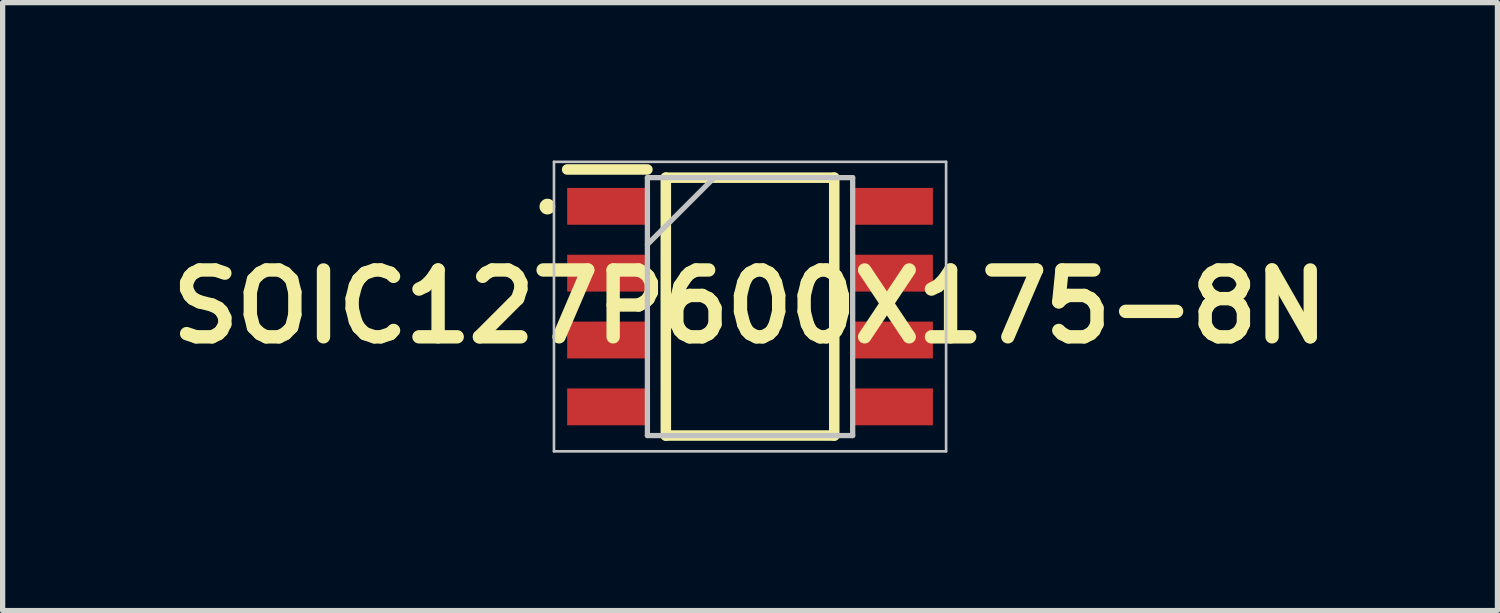
<source format=kicad_pcb>
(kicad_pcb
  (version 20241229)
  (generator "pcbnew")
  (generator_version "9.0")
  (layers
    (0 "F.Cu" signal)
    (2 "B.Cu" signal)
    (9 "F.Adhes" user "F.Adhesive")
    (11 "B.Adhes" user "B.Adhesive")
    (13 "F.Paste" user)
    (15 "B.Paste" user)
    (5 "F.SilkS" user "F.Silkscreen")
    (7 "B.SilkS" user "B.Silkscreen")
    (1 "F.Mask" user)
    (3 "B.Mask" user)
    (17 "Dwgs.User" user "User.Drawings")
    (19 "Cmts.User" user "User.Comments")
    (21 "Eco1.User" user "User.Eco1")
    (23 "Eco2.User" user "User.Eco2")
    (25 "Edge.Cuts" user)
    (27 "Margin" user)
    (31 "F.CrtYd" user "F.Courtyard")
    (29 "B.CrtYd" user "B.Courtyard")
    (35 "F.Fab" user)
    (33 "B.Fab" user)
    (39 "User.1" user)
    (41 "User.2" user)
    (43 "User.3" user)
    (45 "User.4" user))
  (footprint "SOIC127P600X175-8N"
    (layer "F.Cu")
    (at 11.2 2.775)
    (property "Reference" "SOIC127P600X175-8N" (at 0 0 0) (layer "F.SilkS") (effects (font (size 1.27 1.27) (thickness 0.254))))
    (attr smd)
    (fp_line (start -3.475 -2.605) (end -1.95 -2.605) (stroke (width 0.2) (type solid)) (layer "F.SilkS"))
    (fp_line (start -1.6 -2.45) (end 1.6 -2.45) (stroke (width 0.2) (type solid)) (layer "F.SilkS"))
    (fp_line (start -1.6 2.45) (end -1.6 -2.45) (stroke (width 0.2) (type solid)) (layer "F.SilkS"))
    (fp_line (start 1.6 -2.45) (end 1.6 2.45) (stroke (width 0.2) (type solid)) (layer "F.SilkS"))
    (fp_line (start 1.6 2.45) (end -1.6 2.45) (stroke (width 0.2) (type solid)) (layer "F.SilkS"))
    (fp_circle (center -3.85 -1.9) (end -3.85 -1.8) (stroke (width 0.1) (type solid)) (fill yes) (layer "F.SilkS"))
    (fp_line (start -3.725 -2.75) (end 3.725 -2.75) (stroke (width 0.05) (type solid)) (layer "Dwgs.User"))
    (fp_line (start -3.725 2.75) (end -3.725 -2.75) (stroke (width 0.05) (type solid)) (layer "Dwgs.User"))
    (fp_line (start -1.95 -2.45) (end 1.95 -2.45) (stroke (width 0.1) (type solid)) (layer "Dwgs.User"))
    (fp_line (start -1.95 -1.18) (end -0.68 -2.45) (stroke (width 0.1) (type solid)) (layer "Dwgs.User"))
    (fp_line (start -1.95 2.45) (end -1.95 -2.45) (stroke (width 0.1) (type solid)) (layer "Dwgs.User"))
    (fp_line (start 1.95 -2.45) (end 1.95 2.45) (stroke (width 0.1) (type solid)) (layer "Dwgs.User"))
    (fp_line (start 1.95 2.45) (end -1.95 2.45) (stroke (width 0.1) (type solid)) (layer "Dwgs.User"))
    (fp_line (start 3.725 -2.75) (end 3.725 2.75) (stroke (width 0.05) (type solid)) (layer "Dwgs.User"))
    (fp_line (start 3.725 2.75) (end -3.725 2.75) (stroke (width 0.05) (type solid)) (layer "Dwgs.User"))
    (pad "1" smd rect (at -2.712 -1.905 90) (size 0.7 1.525) (layers "F.Cu" "F.Mask" "F.Paste"))
    (pad "2" smd rect (at -2.712 -0.635 90) (size 0.7 1.525) (layers "F.Cu" "F.Mask" "F.Paste"))
    (pad "3" smd rect (at -2.712 0.635 90) (size 0.7 1.525) (layers "F.Cu" "F.Mask" "F.Paste"))
    (pad "4" smd rect (at -2.712 1.905 90) (size 0.7 1.525) (layers "F.Cu" "F.Mask" "F.Paste"))
    (pad "5" smd rect (at 2.712 1.905 90) (size 0.7 1.525) (layers "F.Cu" "F.Mask" "F.Paste"))
    (pad "6" smd rect (at 2.712 0.635 90) (size 0.7 1.525) (layers "F.Cu" "F.Mask" "F.Paste"))
    (pad "7" smd rect (at 2.712 -0.635 90) (size 0.7 1.525) (layers "F.Cu" "F.Mask" "F.Paste"))
    (pad "8" smd rect (at 2.712 -1.905 90) (size 0.7 1.525) (layers "F.Cu" "F.Mask" "F.Paste")))
  (gr_rect
    (start -3 -3)
    (end 25.4 8.55)
    (stroke (width 0.1) (type default))
    (fill no)
    (layer "Edge.Cuts")))
</source>
